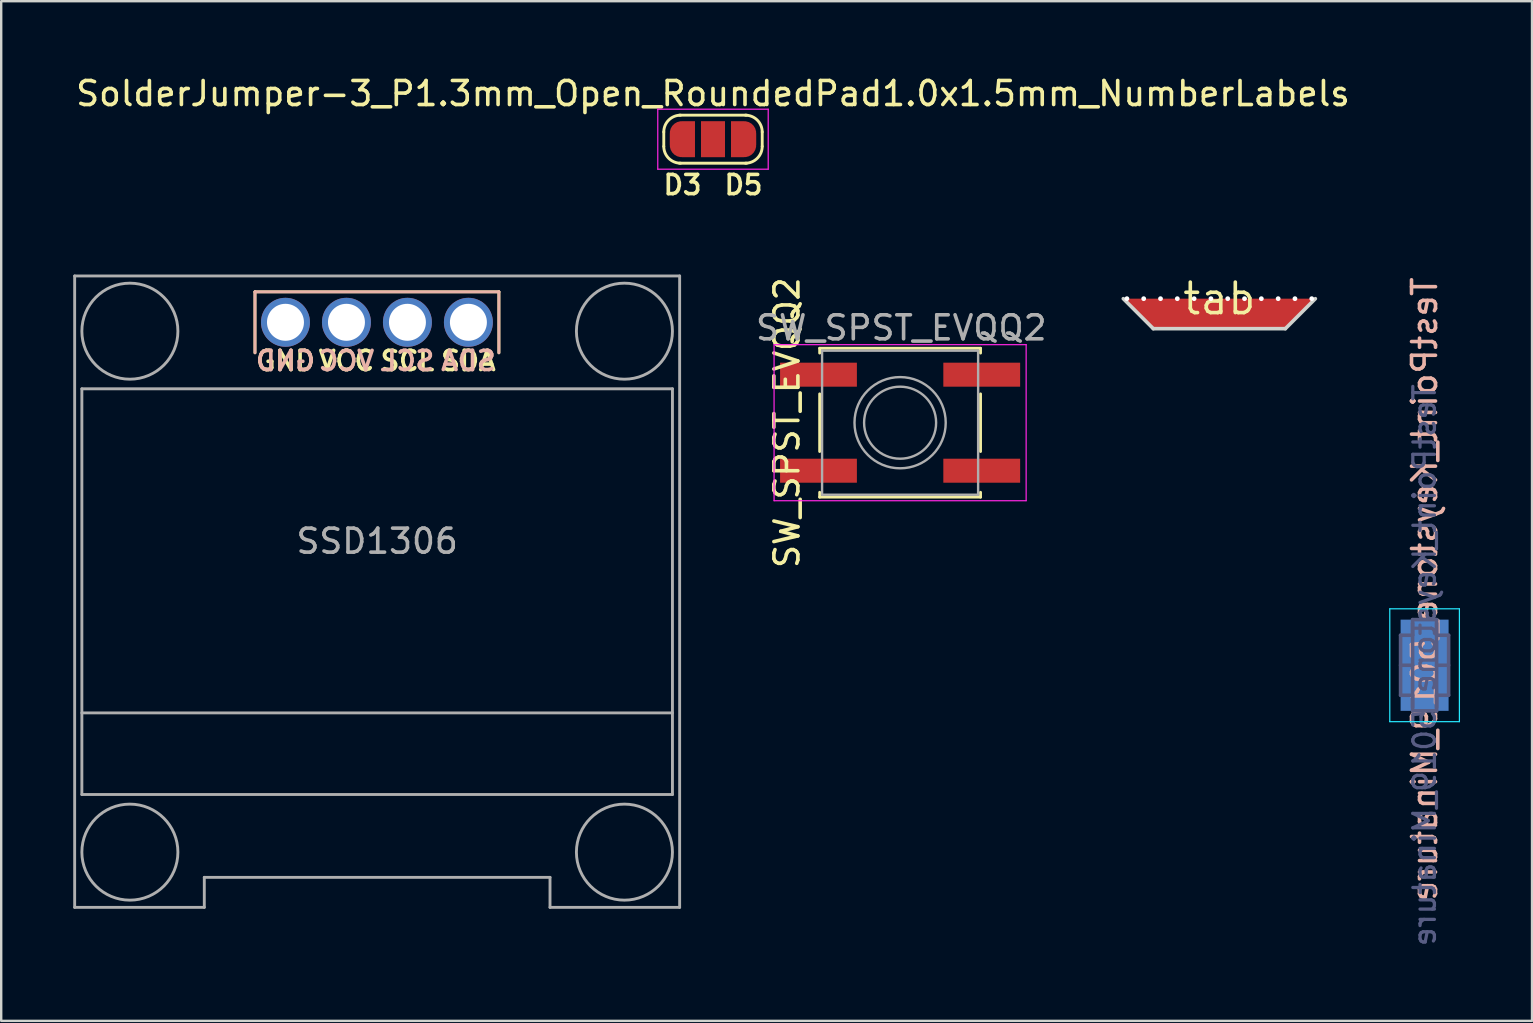
<source format=kicad_pcb>
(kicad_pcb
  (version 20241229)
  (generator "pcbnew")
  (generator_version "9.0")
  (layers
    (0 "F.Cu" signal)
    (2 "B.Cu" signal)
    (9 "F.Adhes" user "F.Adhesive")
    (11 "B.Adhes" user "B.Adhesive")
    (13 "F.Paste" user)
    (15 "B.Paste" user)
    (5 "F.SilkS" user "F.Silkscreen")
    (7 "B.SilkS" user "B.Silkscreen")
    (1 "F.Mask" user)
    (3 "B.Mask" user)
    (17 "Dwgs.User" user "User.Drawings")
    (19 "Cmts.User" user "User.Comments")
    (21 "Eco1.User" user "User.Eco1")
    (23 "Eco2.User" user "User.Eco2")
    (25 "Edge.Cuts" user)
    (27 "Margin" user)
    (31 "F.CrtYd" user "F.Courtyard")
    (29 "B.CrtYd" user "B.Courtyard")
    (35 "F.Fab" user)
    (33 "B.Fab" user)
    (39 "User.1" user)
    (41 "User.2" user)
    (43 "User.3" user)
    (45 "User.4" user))
  (footprint "tab"
    (layer "F.Cu")
    (at 47.74 9.391)
    (property "Reference" "tab" (at 0 0 0) (layer "F.SilkS") (effects (font (size 1.27 1.27) (thickness 0.15))))
    (attr through_hole)
    (fp_line (start -2.75 1.25) (end -4 0) (stroke (width 0.15) (type solid)) (layer "Edge.Cuts"))
    (fp_line (start -2.75 1.25) (end 2.75 1.25) (stroke (width 0.15) (type solid)) (layer "Edge.Cuts"))
    (fp_line (start 2.75 1.25) (end 4 0) (stroke (width 0.15) (type solid)) (layer "Edge.Cuts"))
    (pad "" np_thru_hole circle (at -3.85 0) (size 0.2 0.2) (drill 0.2) (layers "*.Cu" "*.Mask"))
    (pad "" np_thru_hole circle (at -3.15 0) (size 0.2 0.2) (drill 0.2) (layers "*.Cu" "*.Mask"))
    (pad "" np_thru_hole circle (at -2.45 0) (size 0.2 0.2) (drill 0.2) (layers "*.Cu" "*.Mask"))
    (pad "" np_thru_hole circle (at -1.75 0) (size 0.2 0.2) (drill 0.2) (layers "*.Cu" "*.Mask"))
    (pad "" np_thru_hole circle (at -1.05 0) (size 0.2 0.2) (drill 0.2) (layers "*.Cu" "*.Mask"))
    (pad "" np_thru_hole circle (at -0.35 0) (size 0.2 0.2) (drill 0.2) (layers "*.Cu" "*.Mask"))
    (pad "" smd trapezoid (at 0 0.625) (size 6.75 1.25) (rect_delta 0 -1.25) (layers "F.Cu" "F.Mask" "F.Paste"))
    (pad "" np_thru_hole circle (at 0.35 0) (size 0.2 0.2) (drill 0.2) (layers "*.Cu" "*.Mask"))
    (pad "" np_thru_hole circle (at 1.05 0) (size 0.2 0.2) (drill 0.2) (layers "*.Cu" "*.Mask"))
    (pad "" np_thru_hole circle (at 1.75 0) (size 0.2 0.2) (drill 0.2) (layers "*.Cu" "*.Mask"))
    (pad "" np_thru_hole circle (at 2.45 0) (size 0.2 0.2) (drill 0.2) (layers "*.Cu" "*.Mask"))
    (pad "" np_thru_hole circle (at 3.15 0) (size 0.2 0.2) (drill 0.2) (layers "*.Cu" "*.Mask"))
    (pad "" np_thru_hole circle (at 3.85 0) (size 0.2 0.2) (drill 0.2) (layers "*.Cu" "*.Mask")))
  (footprint "SSD1306"
    (layer "F.Cu")
    (at 12.66 21.595)
    (property "Reference" "SSD1306" (at 0 -2.102 180) (layer "F.Fab") (effects (font (size 1 1) (thickness 0.15))))
    (attr through_hole)
    (fp_line (start -5.089 -12.49) (end 5.071 -12.49) (stroke (width 0.12) (type solid)) (layer "F.SilkS"))
    (fp_line (start -5.089 -9.95) (end -5.089 -12.49) (stroke (width 0.12) (type solid)) (layer "F.SilkS"))
    (fp_line (start 5.071 -12.49) (end 5.071 -9.95) (stroke (width 0.12) (type solid)) (layer "F.SilkS"))
    (fp_line (start -5.089 -12.49) (end 5.071 -12.49) (stroke (width 0.12) (type solid)) (layer "B.SilkS"))
    (fp_line (start -5.089 -9.95) (end -5.089 -12.49) (stroke (width 0.12) (type solid)) (layer "B.SilkS"))
    (fp_line (start 5.071 -12.49) (end 5.071 -9.95) (stroke (width 0.12) (type solid)) (layer "B.SilkS"))
    (fp_line (start -12.6 -13.15) (end 12.6 -13.15) (stroke (width 0.12) (type solid)) (layer "F.Fab"))
    (fp_line (start -12.6 13.15) (end -12.6 -13.15) (stroke (width 0.12) (type solid)) (layer "F.Fab"))
    (fp_line (start -12.3 -8.45) (end -12.3 8.45) (stroke (width 0.12) (type solid)) (layer "F.Fab"))
    (fp_line (start -12.3 -8.45) (end 12.3 -8.45) (stroke (width 0.12) (type solid)) (layer "F.Fab"))
    (fp_line (start -7.2 11.9) (end -7.2 13.15) (stroke (width 0.12) (type solid)) (layer "F.Fab"))
    (fp_line (start -7.2 13.15) (end -12.6 13.15) (stroke (width 0.12) (type solid)) (layer "F.Fab"))
    (fp_line (start 7.2 11.9) (end -7.2 11.9) (stroke (width 0.12) (type solid)) (layer "F.Fab"))
    (fp_line (start 7.2 11.9) (end 7.2 13.15) (stroke (width 0.12) (type solid)) (layer "F.Fab"))
    (fp_line (start 12.3 5.05) (end -12.3 5.05) (stroke (width 0.12) (type solid)) (layer "F.Fab"))
    (fp_line (start 12.3 8.45) (end -12.3 8.45) (stroke (width 0.12) (type solid)) (layer "F.Fab"))
    (fp_line (start 12.3 8.45) (end 12.3 -8.45) (stroke (width 0.12) (type solid)) (layer "F.Fab"))
    (fp_line (start 12.6 13.15) (end 7.2 13.15) (stroke (width 0.12) (type solid)) (layer "F.Fab"))
    (fp_line (start 12.6 13.15) (end 12.6 -13.15) (stroke (width 0.12) (type solid)) (layer "F.Fab"))
    (fp_circle (center -10.3 -10.85) (end -8.3 -10.85) (stroke (width 0.12) (type solid)) (fill no) (layer "F.Fab"))
    (fp_circle (center -10.3 10.85) (end -8.3 10.85) (stroke (width 0.12) (type solid)) (fill no) (layer "F.Fab"))
    (fp_circle (center 10.3 -10.85) (end 12.3 -10.85) (stroke (width 0.12) (type solid)) (fill no) (layer "F.Fab"))
    (fp_circle (center 10.3 10.85) (end 12.3 10.85) (stroke (width 0.12) (type solid)) (fill no) (layer "F.Fab"))
    (fp_text user "SDA" (at 3.801 -9.615 0) (layer "F.SilkS") (effects (font (size 0.8 0.8) (thickness 0.15))))
    (fp_text user "SCL" (at 1.261 -9.615 0) (layer "F.SilkS") (effects (font (size 0.8 0.8) (thickness 0.15))))
    (fp_text user "VCC" (at -1.279 -9.615 0) (layer "F.SilkS") (effects (font (size 0.8 0.8) (thickness 0.15))))
    (fp_text user "GND" (at -3.819 -9.615 0) (layer "F.SilkS") (effects (font (size 0.8 0.8) (thickness 0.15))))
    (fp_text user "VCC" (at -1.279 -9.615 0) (layer "B.SilkS") (effects (font (size 0.8 0.8) (thickness 0.15)) (justify mirror)))
    (fp_text user "GND" (at -3.819 -9.615 0) (layer "B.SilkS") (effects (font (size 0.8 0.8) (thickness 0.15)) (justify mirror)))
    (fp_text user "SCL" (at 1.261 -9.615 0) (layer "B.SilkS") (effects (font (size 0.8 0.8) (thickness 0.15)) (justify mirror)))
    (fp_text user "SDA" (at 3.801 -9.615 0) (layer "B.SilkS") (effects (font (size 0.8 0.8) (thickness 0.15)) (justify mirror)))
    (pad "1" thru_hole circle (at 3.801 -11.22 90) (size 2.04 2.04) (drill 1.54) (layers "*.Cu" "*.Mask"))
    (pad "2" thru_hole circle (at 1.261 -11.22 90) (size 2.04 2.04) (drill 1.54) (layers "*.Cu" "*.Mask"))
    (pad "3" thru_hole circle (at -1.279 -11.22 90) (size 2.04 2.04) (drill 1.54) (layers "*.Cu" "*.Mask"))
    (pad "4" thru_hole circle (at -3.819 -11.22 90) (size 2.04 2.04) (drill 1.54) (layers "*.Cu" "*.Mask")))
  (footprint "SW_SPST_EVQQ2"
    (layer "F.Cu")
    (at 34.443 14.557)
    (property "Reference" "SW_SPST_EVQQ2" (at -4.713 0 90) (layer "F.SilkS") (effects (font (size 1 1) (thickness 0.15))))
    (attr smd)
    (fp_line (start -3.35 -3.1) (end -3.35 -2.9) (stroke (width 0.12) (type solid)) (layer "F.SilkS"))
    (fp_line (start -3.35 -1.2) (end -3.35 1.2) (stroke (width 0.12) (type solid)) (layer "F.SilkS"))
    (fp_line (start -3.35 3.1) (end -3.35 2.9) (stroke (width 0.12) (type solid)) (layer "F.SilkS"))
    (fp_line (start -3.35 3.1) (end 3.35 3.1) (stroke (width 0.12) (type solid)) (layer "F.SilkS"))
    (fp_line (start 3.35 -3.1) (end -3.35 -3.1) (stroke (width 0.12) (type solid)) (layer "F.SilkS"))
    (fp_line (start 3.35 -3.1) (end 3.35 -2.9) (stroke (width 0.12) (type solid)) (layer "F.SilkS"))
    (fp_line (start 3.35 -1.2) (end 3.35 1.2) (stroke (width 0.12) (type solid)) (layer "F.SilkS"))
    (fp_line (start 3.35 3.1) (end 3.35 2.9) (stroke (width 0.12) (type solid)) (layer "F.SilkS"))
    (fp_line (start -5.25 -3.25) (end 5.25 -3.25) (stroke (width 0.05) (type solid)) (layer "F.CrtYd"))
    (fp_line (start -5.25 3.25) (end -5.25 -3.25) (stroke (width 0.05) (type solid)) (layer "F.CrtYd"))
    (fp_line (start 5.25 -3.25) (end 5.25 3.25) (stroke (width 0.05) (type solid)) (layer "F.CrtYd"))
    (fp_line (start 5.25 3.25) (end -5.25 3.25) (stroke (width 0.05) (type solid)) (layer "F.CrtYd"))
    (fp_line (start -3.25 -3) (end 3.25 -3) (stroke (width 0.1) (type solid)) (layer "F.Fab"))
    (fp_line (start -3.25 3) (end -3.25 -3) (stroke (width 0.1) (type solid)) (layer "F.Fab"))
    (fp_line (start 3.25 -3) (end 3.25 3) (stroke (width 0.1) (type solid)) (layer "F.Fab"))
    (fp_line (start 3.25 3) (end -3.25 3) (stroke (width 0.1) (type solid)) (layer "F.Fab"))
    (fp_circle (center 0 0) (end 1.5 0) (stroke (width 0.1) (type solid)) (fill no) (layer "F.Fab"))
    (fp_circle (center 0 0) (end 1.9 0) (stroke (width 0.1) (type solid)) (fill no) (layer "F.Fab"))
    (fp_text user "${REFERENCE}" (at 0.05 -3.95 0) (layer "F.Fab") (effects (font (size 1 1) (thickness 0.15))))
    (pad "1" smd rect (at -3.4 -2) (size 3.2 1) (layers "F.Cu" "F.Mask" "F.Paste"))
    (pad "1" smd rect (at 3.4 -2) (size 3.2 1) (layers "F.Cu" "F.Mask" "F.Paste"))
    (pad "2" smd rect (at -3.4 2) (size 3.2 1) (layers "F.Cu" "F.Mask" "F.Paste"))
    (pad "2" smd rect (at 3.4 2) (size 3.2 1) (layers "F.Cu" "F.Mask" "F.Paste")))
  (footprint "SolderJumper-3_P1.3mm_Open_RoundedPad1.0x1.5mm_NumberLabels"
    (layer "F.Cu")
    (at 26.649 2.748)
    (property "Reference" "SolderJumper-3_P1.3mm_Open_RoundedPad1.0x1.5mm_NumberLabels" (at 0 -1.9 0) (layer "F.SilkS") (effects (font (size 1 1) (thickness 0.15))))
    (attr exclude_from_pos_files exclude_from_bom)
    (fp_line (start -2.05 0.3) (end -2.05 -0.3) (stroke (width 0.12) (type solid)) (layer "F.SilkS"))
    (fp_line (start -1.4 -1) (end 1.4 -1) (stroke (width 0.12) (type solid)) (layer "F.SilkS"))
    (fp_line (start 1.4 1) (end -1.4 1) (stroke (width 0.12) (type solid)) (layer "F.SilkS"))
    (fp_line (start 2.05 -0.3) (end 2.05 0.3) (stroke (width 0.12) (type solid)) (layer "F.SilkS"))
    (fp_arc (start -2.05 -0.3) (mid -1.844975 -0.794975) (end -1.35 -1) (stroke (width 0.12) (type solid)) (layer "F.SilkS"))
    (fp_arc (start -1.35 1) (mid -1.844975 0.794975) (end -2.05 0.3) (stroke (width 0.12) (type solid)) (layer "F.SilkS"))
    (fp_arc (start 1.35 -1) (mid 1.844975 -0.794975) (end 2.05 -0.3) (stroke (width 0.12) (type solid)) (layer "F.SilkS"))
    (fp_arc (start 2.05 0.3) (mid 1.844975 0.794975) (end 1.35 1) (stroke (width 0.12) (type solid)) (layer "F.SilkS"))
    (fp_line (start -2.3 -1.25) (end -2.3 1.25) (stroke (width 0.05) (type solid)) (layer "F.CrtYd"))
    (fp_line (start -2.3 -1.25) (end 2.3 -1.25) (stroke (width 0.05) (type solid)) (layer "F.CrtYd"))
    (fp_line (start 2.3 1.25) (end -2.3 1.25) (stroke (width 0.05) (type solid)) (layer "F.CrtYd"))
    (fp_line (start 2.3 1.25) (end 2.3 -1.25) (stroke (width 0.05) (type solid)) (layer "F.CrtYd"))
    (fp_text user "D3" (at -1.27 1.905 0) (layer "F.SilkS") (effects (font (size 0.8 0.8) (thickness 0.15))))
    (fp_text user "D5" (at 1.27 1.905 0) (layer "F.SilkS") (effects (font (size 0.8 0.8) (thickness 0.15))))
    (pad "1" smd custom (at -1.3 0) (size 1 0.5) (layers "F.Cu" "F.Mask" "F.Paste") (options (anchor rect)) (primitives (gr_circle (center 0 0.25) (end 0.5 0.25) (width 0) (fill yes)) (gr_circle (center 0 -0.25) (end 0.5 -0.25) (width 0) (fill yes)) (gr_poly (pts (xy 0.55 -0.75) (xy 0 -0.75) (xy 0 0.75) (xy 0.55 0.75)) (width 0) (fill yes))))
    (pad "2" smd rect (at 0 0) (size 1 1.5) (layers "F.Cu" "F.Mask" "F.Paste"))
    (pad "3" smd custom (at 1.3 0) (size 1 0.5) (layers "F.Cu" "F.Mask") (options (anchor rect)) (primitives (gr_circle (center 0 0.25) (end 0.5 0.25) (width 0) (fill yes)) (gr_circle (center 0 -0.25) (end 0.5 -0.25) (width 0) (fill yes)) (gr_poly (pts (xy -0.55 -0.75) (xy 0 -0.75) (xy 0 0.75) (xy -0.55 0.75)) (width 0) (fill yes)))))
  (footprint "TestPoint_Keystone_5019_Minature"
    (layer "F.Cu")
    (at 56.29 24.66)
    (property "Reference" "TestPoint_Keystone_5019_Minature" (at 0 -3.15 90) (layer "B.SilkS") (effects (font (size 1 1) (thickness 0.15)) (justify mirror)))
    (attr smd)
    (fp_line (start -1.45 -2.35) (end -1.45 2.35) (stroke (width 0.05) (type solid)) (layer "B.CrtYd"))
    (fp_line (start -1.45 2.35) (end 1.45 2.35) (stroke (width 0.05) (type solid)) (layer "B.CrtYd"))
    (fp_line (start 1.45 -2.35) (end -1.45 -2.35) (stroke (width 0.05) (type solid)) (layer "B.CrtYd"))
    (fp_line (start 1.45 2.35) (end 1.45 -2.35) (stroke (width 0.05) (type solid)) (layer "B.CrtYd"))
    (fp_line (start -1 -1.25) (end -0.5 -1.25) (stroke (width 0.15) (type solid)) (layer "B.Fab"))
    (fp_line (start -1 1.25) (end -1 -1.25) (stroke (width 0.15) (type solid)) (layer "B.Fab"))
    (fp_line (start -0.5 -1.9) (end -0.5 1.9) (stroke (width 0.15) (type solid)) (layer "B.Fab"))
    (fp_line (start -0.5 -1.9) (end 0.5 -1.9) (stroke (width 0.15) (type solid)) (layer "B.Fab"))
    (fp_line (start -0.5 -1.25) (end -0.5 -1.75) (stroke (width 0.15) (type solid)) (layer "B.Fab"))
    (fp_line (start -0.5 0) (end -1 0) (stroke (width 0.15) (type solid)) (layer "B.Fab"))
    (fp_line (start -0.5 1.25) (end -1 1.25) (stroke (width 0.15) (type solid)) (layer "B.Fab"))
    (fp_line (start -0.5 1.75) (end -0.5 1.25) (stroke (width 0.15) (type solid)) (layer "B.Fab"))
    (fp_line (start 0.5 -1.75) (end 0.5 -1.25) (stroke (width 0.15) (type solid)) (layer "B.Fab"))
    (fp_line (start 0.5 -1.25) (end 1 -1.25) (stroke (width 0.15) (type solid)) (layer "B.Fab"))
    (fp_line (start 0.5 1.25) (end 0.5 1.75) (stroke (width 0.15) (type solid)) (layer "B.Fab"))
    (fp_line (start 0.5 1.9) (end -0.5 1.9) (stroke (width 0.15) (type solid)) (layer "B.Fab"))
    (fp_line (start 0.5 1.9) (end 0.5 -1.9) (stroke (width 0.15) (type solid)) (layer "B.Fab"))
    (fp_line (start 1 -1.25) (end 1 1.25) (stroke (width 0.15) (type solid)) (layer "B.Fab"))
    (fp_line (start 1 0) (end 0.5 0) (stroke (width 0.15) (type solid)) (layer "B.Fab"))
    (fp_line (start 1 1.25) (end 0.5 1.25) (stroke (width 0.15) (type solid)) (layer "B.Fab"))
    (fp_text user "${REFERENCE}" (at 0 0 90) (layer "B.Fab") (effects (font (size 0.9 0.9) (thickness 0.135)) (justify mirror)))
    (pad "1" smd rect (at 0 0 90) (size 3.8 2) (layers "B.Cu" "B.Mask" "B.Paste")))
  (gr_rect
    (start -3 -3)
    (end 60.765 39.472)
    (stroke (width 0.1) (type default))
    (fill no)
    (layer "Edge.Cuts")))
</source>
